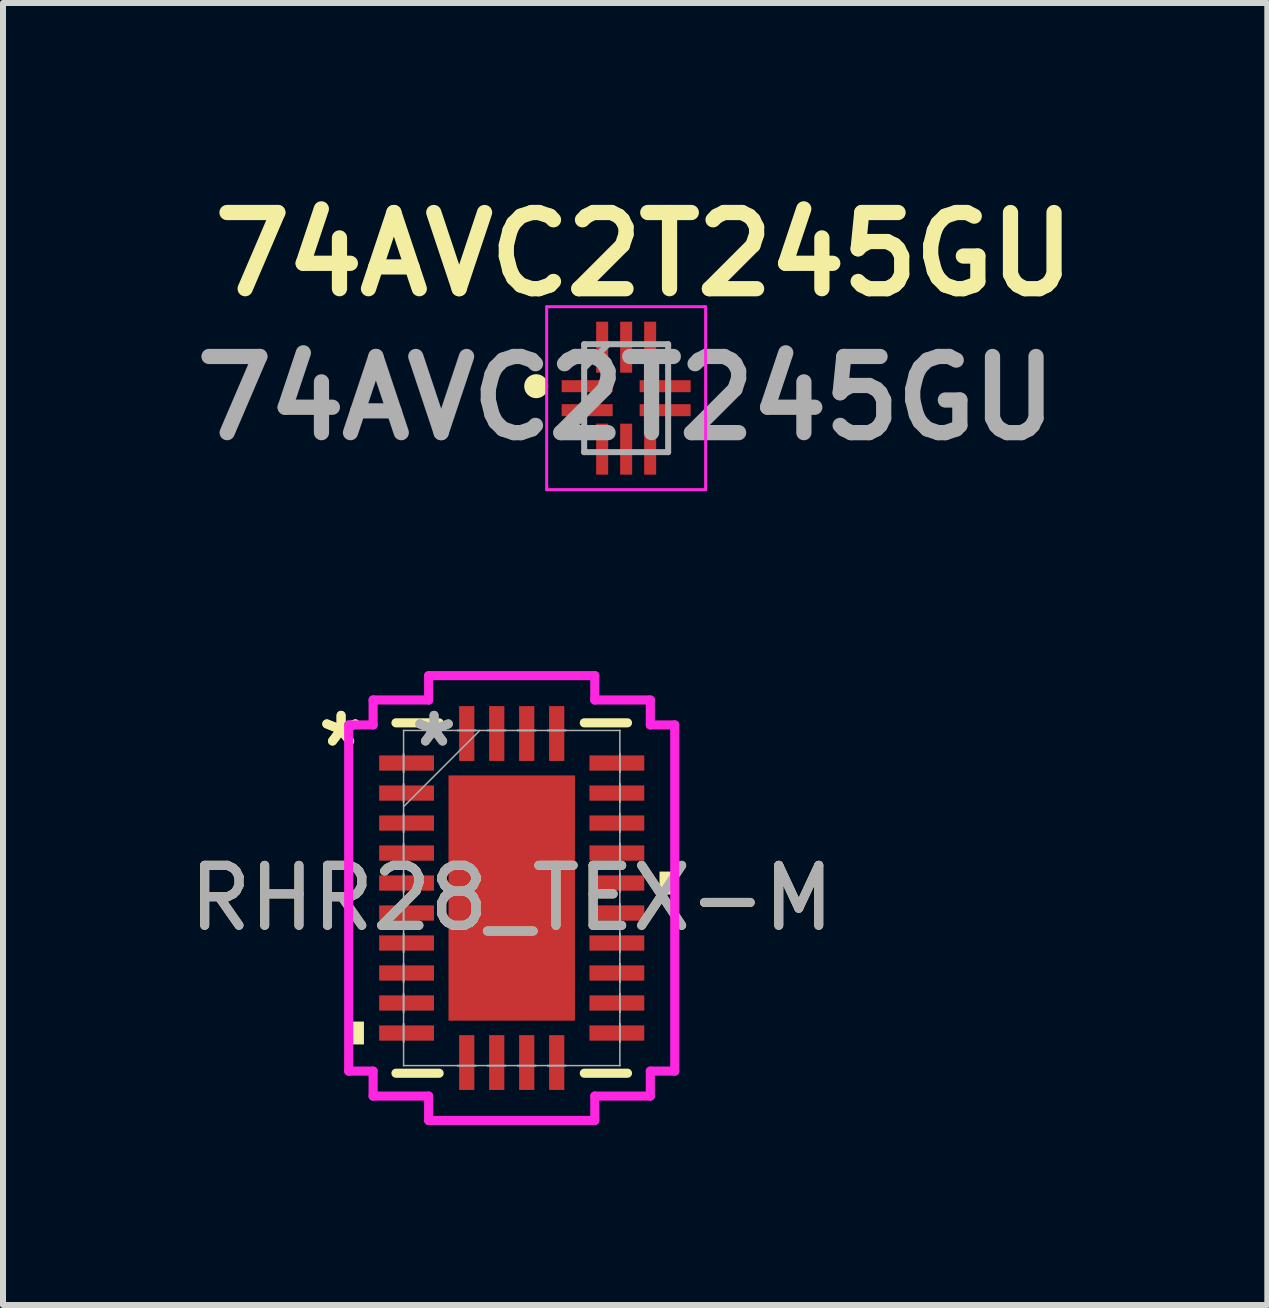
<source format=kicad_pcb>
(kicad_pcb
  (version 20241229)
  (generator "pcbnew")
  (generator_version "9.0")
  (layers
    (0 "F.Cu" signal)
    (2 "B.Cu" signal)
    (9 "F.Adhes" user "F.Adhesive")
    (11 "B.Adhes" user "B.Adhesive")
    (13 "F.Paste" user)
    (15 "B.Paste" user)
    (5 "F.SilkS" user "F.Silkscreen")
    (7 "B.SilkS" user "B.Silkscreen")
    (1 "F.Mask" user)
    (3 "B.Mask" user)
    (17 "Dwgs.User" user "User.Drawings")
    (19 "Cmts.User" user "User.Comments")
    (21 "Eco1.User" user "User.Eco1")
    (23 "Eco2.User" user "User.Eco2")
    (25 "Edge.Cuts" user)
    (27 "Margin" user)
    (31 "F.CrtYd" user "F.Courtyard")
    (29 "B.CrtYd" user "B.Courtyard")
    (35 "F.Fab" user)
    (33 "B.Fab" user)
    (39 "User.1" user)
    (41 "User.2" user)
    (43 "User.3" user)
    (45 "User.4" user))
  (footprint "RHR28_TEX-M"
    (layer "F.Cu")
    (at 5.482 11.923)
    (property "Reference" "RHR28_TEX-M" (at 0 0 0) (unlocked yes) (layer "F.SilkS") (effects (font (size 1 1) (thickness 0.15))))
    (attr smd)
    (fp_line (start -1.93 2.921) (end -1.21 2.921) (stroke (width 0.152) (type solid)) (layer "F.SilkS"))
    (fp_line (start -1.21 -2.921) (end -1.93 -2.921) (stroke (width 0.152) (type solid)) (layer "F.SilkS"))
    (fp_line (start 1.21 2.921) (end 1.93 2.921) (stroke (width 0.152) (type solid)) (layer "F.SilkS"))
    (fp_line (start 1.93 -2.921) (end 1.21 -2.921) (stroke (width 0.152) (type solid)) (layer "F.SilkS"))
    (fp_poly (pts (xy -2.718 2.06) (xy -2.718 2.441) (xy -2.464 2.441) (xy -2.464 2.06)) (stroke (width 0) (type solid)) (fill yes) (layer "F.SilkS"))
    (fp_poly (pts (xy 2.718 -0.441) (xy 2.718 -0.06) (xy 2.464 -0.06) (xy 2.464 -0.441)) (stroke (width 0) (type solid)) (fill yes) (layer "F.SilkS"))
    (fp_poly (pts (xy -0.954 -1.945) (xy -0.954 -0.782) (xy 0.954 -0.782) (xy 0.954 -1.945)) (stroke (width 0) (type solid)) (fill yes) (layer "F.Paste"))
    (fp_poly (pts (xy -0.954 -0.582) (xy -0.954 0.582) (xy 0.954 0.582) (xy 0.954 -0.582)) (stroke (width 0) (type solid)) (fill yes) (layer "F.Paste"))
    (fp_poly (pts (xy -0.954 0.782) (xy -0.954 1.945) (xy 0.954 1.945) (xy 0.954 0.782)) (stroke (width 0) (type solid)) (fill yes) (layer "F.Paste"))
    (fp_line (start -2.718 -2.886) (end -2.311 -2.886) (stroke (width 0.152) (type solid)) (layer "F.CrtYd"))
    (fp_line (start -2.718 2.886) (end -2.718 -2.886) (stroke (width 0.152) (type solid)) (layer "F.CrtYd"))
    (fp_line (start -2.311 -3.302) (end -1.385 -3.302) (stroke (width 0.152) (type solid)) (layer "F.CrtYd"))
    (fp_line (start -2.311 -2.886) (end -2.311 -3.302) (stroke (width 0.152) (type solid)) (layer "F.CrtYd"))
    (fp_line (start -2.311 2.886) (end -2.718 2.886) (stroke (width 0.152) (type solid)) (layer "F.CrtYd"))
    (fp_line (start -2.311 3.302) (end -2.311 2.886) (stroke (width 0.152) (type solid)) (layer "F.CrtYd"))
    (fp_line (start -1.385 -3.708) (end 1.385 -3.708) (stroke (width 0.152) (type solid)) (layer "F.CrtYd"))
    (fp_line (start -1.385 -3.302) (end -1.385 -3.708) (stroke (width 0.152) (type solid)) (layer "F.CrtYd"))
    (fp_line (start -1.385 3.302) (end -2.311 3.302) (stroke (width 0.152) (type solid)) (layer "F.CrtYd"))
    (fp_line (start -1.385 3.708) (end -1.385 3.302) (stroke (width 0.152) (type solid)) (layer "F.CrtYd"))
    (fp_line (start 1.385 -3.708) (end 1.385 -3.302) (stroke (width 0.152) (type solid)) (layer "F.CrtYd"))
    (fp_line (start 1.385 -3.302) (end 2.311 -3.302) (stroke (width 0.152) (type solid)) (layer "F.CrtYd"))
    (fp_line (start 1.385 3.302) (end 1.385 3.708) (stroke (width 0.152) (type solid)) (layer "F.CrtYd"))
    (fp_line (start 1.385 3.708) (end -1.385 3.708) (stroke (width 0.152) (type solid)) (layer "F.CrtYd"))
    (fp_line (start 2.311 -3.302) (end 2.311 -2.886) (stroke (width 0.152) (type solid)) (layer "F.CrtYd"))
    (fp_line (start 2.311 -2.886) (end 2.718 -2.886) (stroke (width 0.152) (type solid)) (layer "F.CrtYd"))
    (fp_line (start 2.311 2.886) (end 2.311 3.302) (stroke (width 0.152) (type solid)) (layer "F.CrtYd"))
    (fp_line (start 2.311 3.302) (end 1.385 3.302) (stroke (width 0.152) (type solid)) (layer "F.CrtYd"))
    (fp_line (start 2.718 -2.886) (end 2.718 2.886) (stroke (width 0.152) (type solid)) (layer "F.CrtYd"))
    (fp_line (start 2.718 2.886) (end 2.311 2.886) (stroke (width 0.152) (type solid)) (layer "F.CrtYd"))
    (fp_line (start -1.803 -2.794) (end -1.803 -2.794) (stroke (width 0.025) (type solid)) (layer "F.Fab"))
    (fp_line (start -1.803 -2.794) (end -1.803 2.794) (stroke (width 0.025) (type solid)) (layer "F.Fab"))
    (fp_line (start -1.803 -2.403) (end -1.803 -2.403) (stroke (width 0.025) (type solid)) (layer "F.Fab"))
    (fp_line (start -1.803 -2.403) (end -1.803 -2.098) (stroke (width 0.025) (type solid)) (layer "F.Fab"))
    (fp_line (start -1.803 -2.098) (end -1.803 -2.403) (stroke (width 0.025) (type solid)) (layer "F.Fab"))
    (fp_line (start -1.803 -2.098) (end -1.803 -2.098) (stroke (width 0.025) (type solid)) (layer "F.Fab"))
    (fp_line (start -1.803 -1.903) (end -1.803 -1.903) (stroke (width 0.025) (type solid)) (layer "F.Fab"))
    (fp_line (start -1.803 -1.903) (end -1.803 -1.598) (stroke (width 0.025) (type solid)) (layer "F.Fab"))
    (fp_line (start -1.803 -1.598) (end -1.803 -1.903) (stroke (width 0.025) (type solid)) (layer "F.Fab"))
    (fp_line (start -1.803 -1.598) (end -1.803 -1.598) (stroke (width 0.025) (type solid)) (layer "F.Fab"))
    (fp_line (start -1.803 -1.524) (end -0.533 -2.794) (stroke (width 0.025) (type solid)) (layer "F.Fab"))
    (fp_line (start -1.803 -1.403) (end -1.803 -1.403) (stroke (width 0.025) (type solid)) (layer "F.Fab"))
    (fp_line (start -1.803 -1.403) (end -1.803 -1.098) (stroke (width 0.025) (type solid)) (layer "F.Fab"))
    (fp_line (start -1.803 -1.098) (end -1.803 -1.403) (stroke (width 0.025) (type solid)) (layer "F.Fab"))
    (fp_line (start -1.803 -1.098) (end -1.803 -1.098) (stroke (width 0.025) (type solid)) (layer "F.Fab"))
    (fp_line (start -1.803 -0.903) (end -1.803 -0.903) (stroke (width 0.025) (type solid)) (layer "F.Fab"))
    (fp_line (start -1.803 -0.903) (end -1.803 -0.598) (stroke (width 0.025) (type solid)) (layer "F.Fab"))
    (fp_line (start -1.803 -0.598) (end -1.803 -0.903) (stroke (width 0.025) (type solid)) (layer "F.Fab"))
    (fp_line (start -1.803 -0.598) (end -1.803 -0.598) (stroke (width 0.025) (type solid)) (layer "F.Fab"))
    (fp_line (start -1.803 -0.402) (end -1.803 -0.402) (stroke (width 0.025) (type solid)) (layer "F.Fab"))
    (fp_line (start -1.803 -0.402) (end -1.803 -0.098) (stroke (width 0.025) (type solid)) (layer "F.Fab"))
    (fp_line (start -1.803 -0.098) (end -1.803 -0.402) (stroke (width 0.025) (type solid)) (layer "F.Fab"))
    (fp_line (start -1.803 -0.098) (end -1.803 -0.098) (stroke (width 0.025) (type solid)) (layer "F.Fab"))
    (fp_line (start -1.803 0.098) (end -1.803 0.098) (stroke (width 0.025) (type solid)) (layer "F.Fab"))
    (fp_line (start -1.803 0.098) (end -1.803 0.402) (stroke (width 0.025) (type solid)) (layer "F.Fab"))
    (fp_line (start -1.803 0.402) (end -1.803 0.098) (stroke (width 0.025) (type solid)) (layer "F.Fab"))
    (fp_line (start -1.803 0.402) (end -1.803 0.402) (stroke (width 0.025) (type solid)) (layer "F.Fab"))
    (fp_line (start -1.803 0.598) (end -1.803 0.598) (stroke (width 0.025) (type solid)) (layer "F.Fab"))
    (fp_line (start -1.803 0.598) (end -1.803 0.903) (stroke (width 0.025) (type solid)) (layer "F.Fab"))
    (fp_line (start -1.803 0.903) (end -1.803 0.598) (stroke (width 0.025) (type solid)) (layer "F.Fab"))
    (fp_line (start -1.803 0.903) (end -1.803 0.903) (stroke (width 0.025) (type solid)) (layer "F.Fab"))
    (fp_line (start -1.803 1.098) (end -1.803 1.098) (stroke (width 0.025) (type solid)) (layer "F.Fab"))
    (fp_line (start -1.803 1.098) (end -1.803 1.403) (stroke (width 0.025) (type solid)) (layer "F.Fab"))
    (fp_line (start -1.803 1.403) (end -1.803 1.098) (stroke (width 0.025) (type solid)) (layer "F.Fab"))
    (fp_line (start -1.803 1.403) (end -1.803 1.403) (stroke (width 0.025) (type solid)) (layer "F.Fab"))
    (fp_line (start -1.803 1.598) (end -1.803 1.598) (stroke (width 0.025) (type solid)) (layer "F.Fab"))
    (fp_line (start -1.803 1.598) (end -1.803 1.903) (stroke (width 0.025) (type solid)) (layer "F.Fab"))
    (fp_line (start -1.803 1.903) (end -1.803 1.598) (stroke (width 0.025) (type solid)) (layer "F.Fab"))
    (fp_line (start -1.803 1.903) (end -1.803 1.903) (stroke (width 0.025) (type solid)) (layer "F.Fab"))
    (fp_line (start -1.803 2.098) (end -1.803 2.098) (stroke (width 0.025) (type solid)) (layer "F.Fab"))
    (fp_line (start -1.803 2.098) (end -1.803 2.403) (stroke (width 0.025) (type solid)) (layer "F.Fab"))
    (fp_line (start -1.803 2.403) (end -1.803 2.098) (stroke (width 0.025) (type solid)) (layer "F.Fab"))
    (fp_line (start -1.803 2.403) (end -1.803 2.403) (stroke (width 0.025) (type solid)) (layer "F.Fab"))
    (fp_line (start -1.803 2.794) (end -1.803 2.794) (stroke (width 0.025) (type solid)) (layer "F.Fab"))
    (fp_line (start -1.803 2.794) (end 1.803 2.794) (stroke (width 0.025) (type solid)) (layer "F.Fab"))
    (fp_line (start -0.903 -2.794) (end -0.903 -2.794) (stroke (width 0.025) (type solid)) (layer "F.Fab"))
    (fp_line (start -0.903 -2.794) (end -0.598 -2.794) (stroke (width 0.025) (type solid)) (layer "F.Fab"))
    (fp_line (start -0.903 2.794) (end -0.903 2.794) (stroke (width 0.025) (type solid)) (layer "F.Fab"))
    (fp_line (start -0.903 2.794) (end -0.598 2.794) (stroke (width 0.025) (type solid)) (layer "F.Fab"))
    (fp_line (start -0.598 -2.794) (end -0.903 -2.794) (stroke (width 0.025) (type solid)) (layer "F.Fab"))
    (fp_line (start -0.598 -2.794) (end -0.598 -2.794) (stroke (width 0.025) (type solid)) (layer "F.Fab"))
    (fp_line (start -0.598 2.794) (end -0.903 2.794) (stroke (width 0.025) (type solid)) (layer "F.Fab"))
    (fp_line (start -0.598 2.794) (end -0.598 2.794) (stroke (width 0.025) (type solid)) (layer "F.Fab"))
    (fp_line (start -0.402 -2.794) (end -0.402 -2.794) (stroke (width 0.025) (type solid)) (layer "F.Fab"))
    (fp_line (start -0.402 -2.794) (end -0.098 -2.794) (stroke (width 0.025) (type solid)) (layer "F.Fab"))
    (fp_line (start -0.402 2.794) (end -0.402 2.794) (stroke (width 0.025) (type solid)) (layer "F.Fab"))
    (fp_line (start -0.402 2.794) (end -0.098 2.794) (stroke (width 0.025) (type solid)) (layer "F.Fab"))
    (fp_line (start -0.098 -2.794) (end -0.402 -2.794) (stroke (width 0.025) (type solid)) (layer "F.Fab"))
    (fp_line (start -0.098 -2.794) (end -0.098 -2.794) (stroke (width 0.025) (type solid)) (layer "F.Fab"))
    (fp_line (start -0.098 2.794) (end -0.402 2.794) (stroke (width 0.025) (type solid)) (layer "F.Fab"))
    (fp_line (start -0.098 2.794) (end -0.098 2.794) (stroke (width 0.025) (type solid)) (layer "F.Fab"))
    (fp_line (start 0.098 -2.794) (end 0.098 -2.794) (stroke (width 0.025) (type solid)) (layer "F.Fab"))
    (fp_line (start 0.098 -2.794) (end 0.402 -2.794) (stroke (width 0.025) (type solid)) (layer "F.Fab"))
    (fp_line (start 0.098 2.794) (end 0.098 2.794) (stroke (width 0.025) (type solid)) (layer "F.Fab"))
    (fp_line (start 0.098 2.794) (end 0.402 2.794) (stroke (width 0.025) (type solid)) (layer "F.Fab"))
    (fp_line (start 0.402 -2.794) (end 0.098 -2.794) (stroke (width 0.025) (type solid)) (layer "F.Fab"))
    (fp_line (start 0.402 -2.794) (end 0.402 -2.794) (stroke (width 0.025) (type solid)) (layer "F.Fab"))
    (fp_line (start 0.402 2.794) (end 0.098 2.794) (stroke (width 0.025) (type solid)) (layer "F.Fab"))
    (fp_line (start 0.402 2.794) (end 0.402 2.794) (stroke (width 0.025) (type solid)) (layer "F.Fab"))
    (fp_line (start 0.598 -2.794) (end 0.598 -2.794) (stroke (width 0.025) (type solid)) (layer "F.Fab"))
    (fp_line (start 0.598 -2.794) (end 0.903 -2.794) (stroke (width 0.025) (type solid)) (layer "F.Fab"))
    (fp_line (start 0.598 2.794) (end 0.598 2.794) (stroke (width 0.025) (type solid)) (layer "F.Fab"))
    (fp_line (start 0.598 2.794) (end 0.903 2.794) (stroke (width 0.025) (type solid)) (layer "F.Fab"))
    (fp_line (start 0.903 -2.794) (end 0.598 -2.794) (stroke (width 0.025) (type solid)) (layer "F.Fab"))
    (fp_line (start 0.903 -2.794) (end 0.903 -2.794) (stroke (width 0.025) (type solid)) (layer "F.Fab"))
    (fp_line (start 0.903 2.794) (end 0.598 2.794) (stroke (width 0.025) (type solid)) (layer "F.Fab"))
    (fp_line (start 0.903 2.794) (end 0.903 2.794) (stroke (width 0.025) (type solid)) (layer "F.Fab"))
    (fp_line (start 1.803 -2.794) (end -1.803 -2.794) (stroke (width 0.025) (type solid)) (layer "F.Fab"))
    (fp_line (start 1.803 -2.794) (end 1.803 -2.794) (stroke (width 0.025) (type solid)) (layer "F.Fab"))
    (fp_line (start 1.803 -2.403) (end 1.803 -2.403) (stroke (width 0.025) (type solid)) (layer "F.Fab"))
    (fp_line (start 1.803 -2.403) (end 1.803 -2.098) (stroke (width 0.025) (type solid)) (layer "F.Fab"))
    (fp_line (start 1.803 -2.098) (end 1.803 -2.403) (stroke (width 0.025) (type solid)) (layer "F.Fab"))
    (fp_line (start 1.803 -2.098) (end 1.803 -2.098) (stroke (width 0.025) (type solid)) (layer "F.Fab"))
    (fp_line (start 1.803 -1.903) (end 1.803 -1.903) (stroke (width 0.025) (type solid)) (layer "F.Fab"))
    (fp_line (start 1.803 -1.903) (end 1.803 -1.598) (stroke (width 0.025) (type solid)) (layer "F.Fab"))
    (fp_line (start 1.803 -1.598) (end 1.803 -1.903) (stroke (width 0.025) (type solid)) (layer "F.Fab"))
    (fp_line (start 1.803 -1.598) (end 1.803 -1.598) (stroke (width 0.025) (type solid)) (layer "F.Fab"))
    (fp_line (start 1.803 -1.403) (end 1.803 -1.403) (stroke (width 0.025) (type solid)) (layer "F.Fab"))
    (fp_line (start 1.803 -1.403) (end 1.803 -1.098) (stroke (width 0.025) (type solid)) (layer "F.Fab"))
    (fp_line (start 1.803 -1.098) (end 1.803 -1.403) (stroke (width 0.025) (type solid)) (layer "F.Fab"))
    (fp_line (start 1.803 -1.098) (end 1.803 -1.098) (stroke (width 0.025) (type solid)) (layer "F.Fab"))
    (fp_line (start 1.803 -0.903) (end 1.803 -0.903) (stroke (width 0.025) (type solid)) (layer "F.Fab"))
    (fp_line (start 1.803 -0.903) (end 1.803 -0.598) (stroke (width 0.025) (type solid)) (layer "F.Fab"))
    (fp_line (start 1.803 -0.598) (end 1.803 -0.903) (stroke (width 0.025) (type solid)) (layer "F.Fab"))
    (fp_line (start 1.803 -0.598) (end 1.803 -0.598) (stroke (width 0.025) (type solid)) (layer "F.Fab"))
    (fp_line (start 1.803 -0.402) (end 1.803 -0.402) (stroke (width 0.025) (type solid)) (layer "F.Fab"))
    (fp_line (start 1.803 -0.402) (end 1.803 -0.098) (stroke (width 0.025) (type solid)) (layer "F.Fab"))
    (fp_line (start 1.803 -0.098) (end 1.803 -0.402) (stroke (width 0.025) (type solid)) (layer "F.Fab"))
    (fp_line (start 1.803 -0.098) (end 1.803 -0.098) (stroke (width 0.025) (type solid)) (layer "F.Fab"))
    (fp_line (start 1.803 0.098) (end 1.803 0.098) (stroke (width 0.025) (type solid)) (layer "F.Fab"))
    (fp_line (start 1.803 0.098) (end 1.803 0.402) (stroke (width 0.025) (type solid)) (layer "F.Fab"))
    (fp_line (start 1.803 0.402) (end 1.803 0.098) (stroke (width 0.025) (type solid)) (layer "F.Fab"))
    (fp_line (start 1.803 0.402) (end 1.803 0.402) (stroke (width 0.025) (type solid)) (layer "F.Fab"))
    (fp_line (start 1.803 0.598) (end 1.803 0.598) (stroke (width 0.025) (type solid)) (layer "F.Fab"))
    (fp_line (start 1.803 0.598) (end 1.803 0.903) (stroke (width 0.025) (type solid)) (layer "F.Fab"))
    (fp_line (start 1.803 0.903) (end 1.803 0.598) (stroke (width 0.025) (type solid)) (layer "F.Fab"))
    (fp_line (start 1.803 0.903) (end 1.803 0.903) (stroke (width 0.025) (type solid)) (layer "F.Fab"))
    (fp_line (start 1.803 1.098) (end 1.803 1.098) (stroke (width 0.025) (type solid)) (layer "F.Fab"))
    (fp_line (start 1.803 1.098) (end 1.803 1.403) (stroke (width 0.025) (type solid)) (layer "F.Fab"))
    (fp_line (start 1.803 1.403) (end 1.803 1.098) (stroke (width 0.025) (type solid)) (layer "F.Fab"))
    (fp_line (start 1.803 1.403) (end 1.803 1.403) (stroke (width 0.025) (type solid)) (layer "F.Fab"))
    (fp_line (start 1.803 1.598) (end 1.803 1.598) (stroke (width 0.025) (type solid)) (layer "F.Fab"))
    (fp_line (start 1.803 1.598) (end 1.803 1.903) (stroke (width 0.025) (type solid)) (layer "F.Fab"))
    (fp_line (start 1.803 1.903) (end 1.803 1.598) (stroke (width 0.025) (type solid)) (layer "F.Fab"))
    (fp_line (start 1.803 1.903) (end 1.803 1.903) (stroke (width 0.025) (type solid)) (layer "F.Fab"))
    (fp_line (start 1.803 2.098) (end 1.803 2.098) (stroke (width 0.025) (type solid)) (layer "F.Fab"))
    (fp_line (start 1.803 2.098) (end 1.803 2.403) (stroke (width 0.025) (type solid)) (layer "F.Fab"))
    (fp_line (start 1.803 2.403) (end 1.803 2.098) (stroke (width 0.025) (type solid)) (layer "F.Fab"))
    (fp_line (start 1.803 2.403) (end 1.803 2.403) (stroke (width 0.025) (type solid)) (layer "F.Fab"))
    (fp_line (start 1.803 2.794) (end 1.803 -2.794) (stroke (width 0.025) (type solid)) (layer "F.Fab"))
    (fp_line (start 1.803 2.794) (end 1.803 2.794) (stroke (width 0.025) (type solid)) (layer "F.Fab"))
    (fp_text user "*" (at -2.845 -2.501 0) (layer "F.SilkS") (effects (font (size 1 1) (thickness 0.15))))
    (fp_text user "*" (at -2.845 -2.501 0) (unlocked yes) (layer "F.SilkS") (effects (font (size 1 1) (thickness 0.15))))
    (fp_text user "*" (at -1.295 -2.501 0) (unlocked yes) (layer "F.Fab") (effects (font (size 1 1) (thickness 0.15))))
    (fp_text user "*" (at -1.295 -2.501 0) (layer "F.Fab") (effects (font (size 1 1) (thickness 0.15))))
    (fp_text user "${REFERENCE}" (at 0 0 0) (unlocked yes) (layer "F.Fab") (effects (font (size 1 1) (thickness 0.15))))
    (pad "1" smd rect (at -1.753 -2.251 90) (size 0.254 0.914) (layers "F.Cu" "F.Mask" "F.Paste"))
    (pad "2" smd rect (at -1.753 -1.75 90) (size 0.254 0.914) (layers "F.Cu" "F.Mask" "F.Paste"))
    (pad "3" smd rect (at -1.753 -1.25 90) (size 0.254 0.914) (layers "F.Cu" "F.Mask" "F.Paste"))
    (pad "4" smd rect (at -1.753 -0.75 90) (size 0.254 0.914) (layers "F.Cu" "F.Mask" "F.Paste"))
    (pad "5" smd rect (at -1.753 -0.25 90) (size 0.254 0.914) (layers "F.Cu" "F.Mask" "F.Paste"))
    (pad "6" smd rect (at -1.753 0.25 90) (size 0.254 0.914) (layers "F.Cu" "F.Mask" "F.Paste"))
    (pad "7" smd rect (at -1.753 0.75 90) (size 0.254 0.914) (layers "F.Cu" "F.Mask" "F.Paste"))
    (pad "8" smd rect (at -1.753 1.25 90) (size 0.254 0.914) (layers "F.Cu" "F.Mask" "F.Paste"))
    (pad "9" smd rect (at -1.753 1.75 90) (size 0.254 0.914) (layers "F.Cu" "F.Mask" "F.Paste"))
    (pad "10" smd rect (at -1.753 2.251 90) (size 0.254 0.914) (layers "F.Cu" "F.Mask" "F.Paste"))
    (pad "11" smd rect (at -0.75 2.743) (size 0.254 0.914) (layers "F.Cu" "F.Mask" "F.Paste"))
    (pad "12" smd rect (at -0.25 2.743) (size 0.254 0.914) (layers "F.Cu" "F.Mask" "F.Paste"))
    (pad "13" smd rect (at 0.25 2.743) (size 0.254 0.914) (layers "F.Cu" "F.Mask" "F.Paste"))
    (pad "14" smd rect (at 0.75 2.743) (size 0.254 0.914) (layers "F.Cu" "F.Mask" "F.Paste"))
    (pad "15" smd rect (at 1.753 2.251 90) (size 0.254 0.914) (layers "F.Cu" "F.Mask" "F.Paste"))
    (pad "16" smd rect (at 1.753 1.75 90) (size 0.254 0.914) (layers "F.Cu" "F.Mask" "F.Paste"))
    (pad "17" smd rect (at 1.753 1.25 90) (size 0.254 0.914) (layers "F.Cu" "F.Mask" "F.Paste"))
    (pad "18" smd rect (at 1.753 0.75 90) (size 0.254 0.914) (layers "F.Cu" "F.Mask" "F.Paste"))
    (pad "19" smd rect (at 1.753 0.25 90) (size 0.254 0.914) (layers "F.Cu" "F.Mask" "F.Paste"))
    (pad "20" smd rect (at 1.753 -0.25 90) (size 0.254 0.914) (layers "F.Cu" "F.Mask" "F.Paste"))
    (pad "21" smd rect (at 1.753 -0.75 90) (size 0.254 0.914) (layers "F.Cu" "F.Mask" "F.Paste"))
    (pad "22" smd rect (at 1.753 -1.25 90) (size 0.254 0.914) (layers "F.Cu" "F.Mask" "F.Paste"))
    (pad "23" smd rect (at 1.753 -1.75 90) (size 0.254 0.914) (layers "F.Cu" "F.Mask" "F.Paste"))
    (pad "24" smd rect (at 1.753 -2.251 90) (size 0.254 0.914) (layers "F.Cu" "F.Mask" "F.Paste"))
    (pad "25" smd rect (at 0.75 -2.743) (size 0.254 0.914) (layers "F.Cu" "F.Mask" "F.Paste"))
    (pad "26" smd rect (at 0.25 -2.743) (size 0.254 0.914) (layers "F.Cu" "F.Mask" "F.Paste"))
    (pad "27" smd rect (at -0.25 -2.743) (size 0.254 0.914) (layers "F.Cu" "F.Mask" "F.Paste"))
    (pad "28" smd rect (at -0.75 -2.743) (size 0.254 0.914) (layers "F.Cu" "F.Mask" "F.Paste"))
    (pad "29" smd rect (at 0 0) (size 2.108 4.089) (layers "F.Cu" "F.Mask" "F.Paste")))
  (footprint "74AVC2T245GU"
    (layer "F.Cu")
    (at 7.39 3.589)
    (property "Reference" "74AVC2T245GU" (at 0.3 -2.4 0) (layer "F.SilkS") (effects (font (size 1.27 1.27) (thickness 0.254))))
    (attr smd)
    (fp_circle (center -1.5 -0.2) (end -1.5 -0.1) (stroke (width 0.2) (type solid)) (fill no) (layer "F.SilkS"))
    (fp_line (start -1.325 -1.525) (end 1.325 -1.525) (stroke (width 0.05) (type solid)) (layer "F.CrtYd"))
    (fp_line (start -1.325 1.525) (end -1.325 -1.525) (stroke (width 0.05) (type solid)) (layer "F.CrtYd"))
    (fp_line (start 1.325 -1.525) (end 1.325 1.525) (stroke (width 0.05) (type solid)) (layer "F.CrtYd"))
    (fp_line (start 1.325 1.525) (end -1.325 1.525) (stroke (width 0.05) (type solid)) (layer "F.CrtYd"))
    (fp_line (start -0.7 -0.9) (end 0.7 -0.9) (stroke (width 0.1) (type solid)) (layer "F.Fab"))
    (fp_line (start -0.7 -0.5) (end -0.3 -0.9) (stroke (width 0.1) (type solid)) (layer "F.Fab"))
    (fp_line (start -0.7 0.9) (end -0.7 -0.9) (stroke (width 0.1) (type solid)) (layer "F.Fab"))
    (fp_line (start 0.7 -0.9) (end 0.7 0.9) (stroke (width 0.1) (type solid)) (layer "F.Fab"))
    (fp_line (start 0.7 0.9) (end -0.7 0.9) (stroke (width 0.1) (type solid)) (layer "F.Fab"))
    (fp_text user "${REFERENCE}" (at 0 0 0) (layer "F.Fab") (effects (font (size 1.27 1.27) (thickness 0.254))))
    (pad "1" smd rect (at -0.65 -0.2 90) (size 0.2 0.85) (layers "F.Cu" "F.Mask" "F.Paste"))
    (pad "2" smd rect (at -0.65 0.2 90) (size 0.2 0.85) (layers "F.Cu" "F.Mask" "F.Paste"))
    (pad "3" smd rect (at -0.4 0.85) (size 0.2 0.85) (layers "F.Cu" "F.Mask" "F.Paste"))
    (pad "4" smd rect (at 0 0.85) (size 0.2 0.85) (layers "F.Cu" "F.Mask" "F.Paste"))
    (pad "5" smd rect (at 0.4 0.85) (size 0.2 0.85) (layers "F.Cu" "F.Mask" "F.Paste"))
    (pad "6" smd rect (at 0.65 0.2 90) (size 0.2 0.85) (layers "F.Cu" "F.Mask" "F.Paste"))
    (pad "7" smd rect (at 0.65 -0.2 90) (size 0.2 0.85) (layers "F.Cu" "F.Mask" "F.Paste"))
    (pad "8" smd rect (at 0.4 -0.85) (size 0.2 0.85) (layers "F.Cu" "F.Mask" "F.Paste"))
    (pad "9" smd rect (at 0 -0.85) (size 0.2 0.85) (layers "F.Cu" "F.Mask" "F.Paste"))
    (pad "10" smd rect (at -0.4 -0.85) (size 0.2 0.85) (layers "F.Cu" "F.Mask" "F.Paste")))
  (gr_rect
    (start -3 -3)
    (end 18.08 18.708)
    (stroke (width 0.1) (type default))
    (fill no)
    (layer "Edge.Cuts")))
</source>
